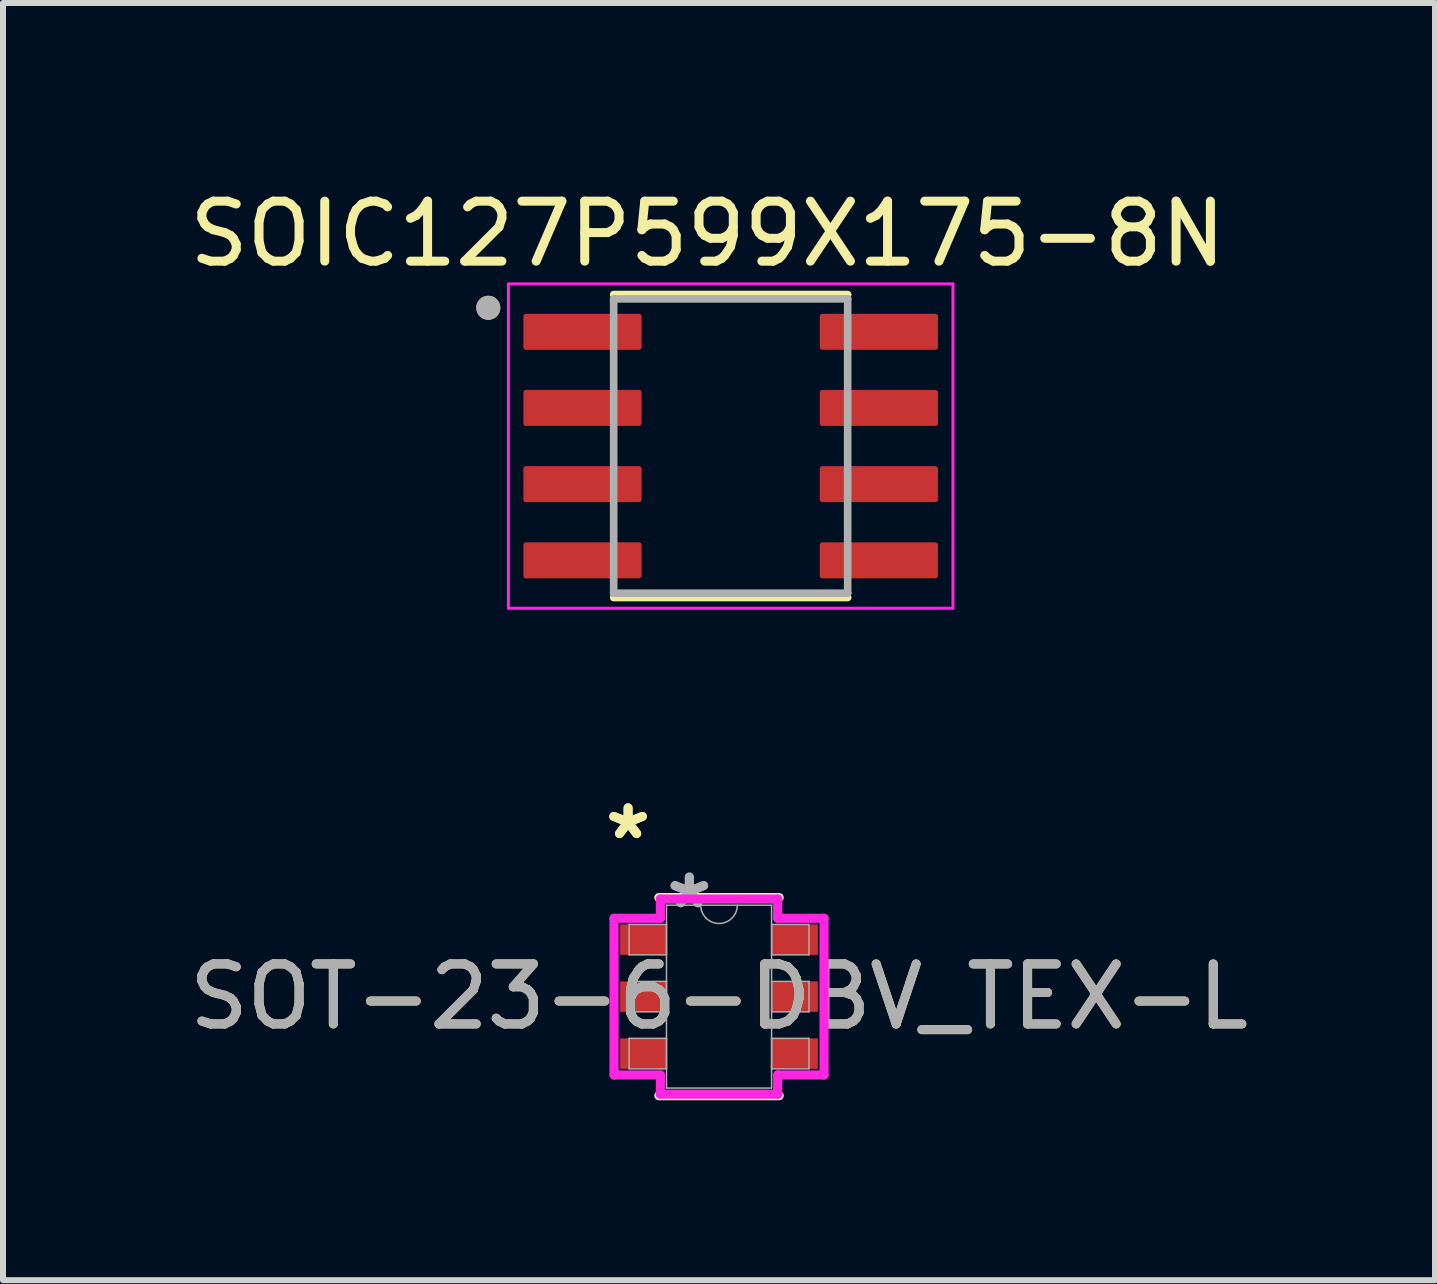
<source format=kicad_pcb>
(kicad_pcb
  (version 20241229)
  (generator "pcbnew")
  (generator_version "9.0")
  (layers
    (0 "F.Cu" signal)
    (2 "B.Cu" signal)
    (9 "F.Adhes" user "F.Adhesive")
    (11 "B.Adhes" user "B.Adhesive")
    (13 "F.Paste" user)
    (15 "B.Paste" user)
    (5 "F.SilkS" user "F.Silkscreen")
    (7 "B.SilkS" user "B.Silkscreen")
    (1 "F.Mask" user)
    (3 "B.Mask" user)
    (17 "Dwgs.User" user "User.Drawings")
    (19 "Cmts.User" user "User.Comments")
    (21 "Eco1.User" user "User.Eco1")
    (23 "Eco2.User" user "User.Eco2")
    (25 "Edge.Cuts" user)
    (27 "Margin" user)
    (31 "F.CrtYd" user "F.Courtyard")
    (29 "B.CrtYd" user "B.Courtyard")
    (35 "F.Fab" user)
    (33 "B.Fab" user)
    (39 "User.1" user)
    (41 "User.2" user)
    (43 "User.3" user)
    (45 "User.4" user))
  (footprint "SOT-23-6-DBV_TEX-L"
    (layer "F.Cu")
    (at 8.935 13.562)
    (property "Reference" "SOT-23-6-DBV_TEX-L" (at 0 0 0) (unlocked yes) (layer "F.SilkS") (effects (font (size 1 1) (thickness 0.15))))
    (attr smd)
    (fp_line (start -1.003 1.651) (end 1.003 1.651) (stroke (width 0.152) (type solid)) (layer "F.SilkS"))
    (fp_line (start 1.003 -1.651) (end -1.003 -1.651) (stroke (width 0.152) (type solid)) (layer "F.SilkS"))
    (fp_line (start -1.75 -1.306) (end -0.978 -1.306) (stroke (width 0.152) (type solid)) (layer "F.CrtYd"))
    (fp_line (start -1.75 1.306) (end -1.75 -1.306) (stroke (width 0.152) (type solid)) (layer "F.CrtYd"))
    (fp_line (start -1.75 1.306) (end -0.978 1.306) (stroke (width 0.152) (type solid)) (layer "F.CrtYd"))
    (fp_line (start -0.978 -1.626) (end 0.978 -1.626) (stroke (width 0.152) (type solid)) (layer "F.CrtYd"))
    (fp_line (start -0.978 -1.306) (end -0.978 -1.626) (stroke (width 0.152) (type solid)) (layer "F.CrtYd"))
    (fp_line (start -0.978 1.626) (end -0.978 1.306) (stroke (width 0.152) (type solid)) (layer "F.CrtYd"))
    (fp_line (start 0.978 -1.626) (end 0.978 -1.306) (stroke (width 0.152) (type solid)) (layer "F.CrtYd"))
    (fp_line (start 0.978 1.306) (end 0.978 1.626) (stroke (width 0.152) (type solid)) (layer "F.CrtYd"))
    (fp_line (start 0.978 1.626) (end -0.978 1.626) (stroke (width 0.152) (type solid)) (layer "F.CrtYd"))
    (fp_line (start 1.75 -1.306) (end 0.978 -1.306) (stroke (width 0.152) (type solid)) (layer "F.CrtYd"))
    (fp_line (start 1.75 -1.306) (end 1.75 1.306) (stroke (width 0.152) (type solid)) (layer "F.CrtYd"))
    (fp_line (start 1.75 1.306) (end 0.978 1.306) (stroke (width 0.152) (type solid)) (layer "F.CrtYd"))
    (fp_line (start -1.499 -1.204) (end -1.499 -0.696) (stroke (width 0.025) (type solid)) (layer "F.Fab"))
    (fp_line (start -1.499 -0.696) (end -0.876 -0.696) (stroke (width 0.025) (type solid)) (layer "F.Fab"))
    (fp_line (start -1.499 -0.254) (end -1.499 0.254) (stroke (width 0.025) (type solid)) (layer "F.Fab"))
    (fp_line (start -1.499 0.254) (end -0.876 0.254) (stroke (width 0.025) (type solid)) (layer "F.Fab"))
    (fp_line (start -1.499 0.696) (end -1.499 1.204) (stroke (width 0.025) (type solid)) (layer "F.Fab"))
    (fp_line (start -1.499 1.204) (end -0.876 1.204) (stroke (width 0.025) (type solid)) (layer "F.Fab"))
    (fp_line (start -0.876 -1.524) (end -0.876 1.524) (stroke (width 0.025) (type solid)) (layer "F.Fab"))
    (fp_line (start -0.876 -1.204) (end -1.499 -1.204) (stroke (width 0.025) (type solid)) (layer "F.Fab"))
    (fp_line (start -0.876 -0.696) (end -0.876 -1.204) (stroke (width 0.025) (type solid)) (layer "F.Fab"))
    (fp_line (start -0.876 -0.254) (end -1.499 -0.254) (stroke (width 0.025) (type solid)) (layer "F.Fab"))
    (fp_line (start -0.876 0.254) (end -0.876 -0.254) (stroke (width 0.025) (type solid)) (layer "F.Fab"))
    (fp_line (start -0.876 0.696) (end -1.499 0.696) (stroke (width 0.025) (type solid)) (layer "F.Fab"))
    (fp_line (start -0.876 1.204) (end -0.876 0.696) (stroke (width 0.025) (type solid)) (layer "F.Fab"))
    (fp_line (start -0.876 1.524) (end 0.876 1.524) (stroke (width 0.025) (type solid)) (layer "F.Fab"))
    (fp_line (start 0.876 -1.524) (end -0.876 -1.524) (stroke (width 0.025) (type solid)) (layer "F.Fab"))
    (fp_line (start 0.876 -1.204) (end 0.876 -0.696) (stroke (width 0.025) (type solid)) (layer "F.Fab"))
    (fp_line (start 0.876 -0.696) (end 1.499 -0.696) (stroke (width 0.025) (type solid)) (layer "F.Fab"))
    (fp_line (start 0.876 -0.254) (end 0.876 0.254) (stroke (width 0.025) (type solid)) (layer "F.Fab"))
    (fp_line (start 0.876 0.254) (end 1.499 0.254) (stroke (width 0.025) (type solid)) (layer "F.Fab"))
    (fp_line (start 0.876 0.696) (end 0.876 1.204) (stroke (width 0.025) (type solid)) (layer "F.Fab"))
    (fp_line (start 0.876 1.204) (end 1.499 1.204) (stroke (width 0.025) (type solid)) (layer "F.Fab"))
    (fp_line (start 0.876 1.524) (end 0.876 -1.524) (stroke (width 0.025) (type solid)) (layer "F.Fab"))
    (fp_line (start 1.499 -1.204) (end 0.876 -1.204) (stroke (width 0.025) (type solid)) (layer "F.Fab"))
    (fp_line (start 1.499 -0.696) (end 1.499 -1.204) (stroke (width 0.025) (type solid)) (layer "F.Fab"))
    (fp_line (start 1.499 -0.254) (end 0.876 -0.254) (stroke (width 0.025) (type solid)) (layer "F.Fab"))
    (fp_line (start 1.499 0.254) (end 1.499 -0.254) (stroke (width 0.025) (type solid)) (layer "F.Fab"))
    (fp_line (start 1.499 0.696) (end 0.876 0.696) (stroke (width 0.025) (type solid)) (layer "F.Fab"))
    (fp_line (start 1.499 1.204) (end 1.499 0.696) (stroke (width 0.025) (type solid)) (layer "F.Fab"))
    (fp_arc (start 0.3048 -1.524) (mid 0 -1.2192) (end -0.3048 -1.524) (stroke (width 0.0254) (type solid)) (layer "F.Fab"))
    (fp_text user "*" (at -1.516 -2.601 0) (unlocked yes) (layer "F.SilkS") (effects (font (size 1 1) (thickness 0.15))))
    (fp_text user "*" (at -1.516 -2.601 0) (layer "F.SilkS") (effects (font (size 1 1) (thickness 0.15))))
    (fp_text user "*" (at -0.495 -1.448 0) (layer "F.Fab") (effects (font (size 1 1) (thickness 0.15))))
    (fp_text user "${REFERENCE}" (at 0 0 0) (unlocked yes) (layer "F.Fab") (effects (font (size 1 1) (thickness 0.15))))
    (fp_text user "*" (at -0.495 -1.448 0) (unlocked yes) (layer "F.Fab") (effects (font (size 1 1) (thickness 0.15))))
    (pad "1" smd rect (at -1.262 -0.95) (size 0.772 0.508) (layers "F.Cu" "F.Mask" "F.Paste"))
    (pad "2" smd rect (at -1.262 0) (size 0.772 0.508) (layers "F.Cu" "F.Mask" "F.Paste"))
    (pad "3" smd rect (at -1.262 0.95) (size 0.772 0.508) (layers "F.Cu" "F.Mask" "F.Paste"))
    (pad "4" smd rect (at 1.262 0.95) (size 0.772 0.508) (layers "F.Cu" "F.Mask" "F.Paste"))
    (pad "5" smd rect (at 1.262 0) (size 0.772 0.508) (layers "F.Cu" "F.Mask" "F.Paste"))
    (pad "6" smd rect (at 1.262 -0.95) (size 0.772 0.508) (layers "F.Cu" "F.Mask" "F.Paste")))
  (footprint "SOIC127P599X175-8N"
    (layer "F.Cu")
    (at 9.129 4.385)
    (property "Reference" "SOIC127P599X175-8N" (at -0.385 -3.537 0) (layer "F.SilkS") (effects (font (size 1 1) (thickness 0.15))))
    (attr through_hole)
    (fp_line (start -1.95 -2.525) (end 1.95 -2.525) (stroke (width 0.127) (type solid)) (layer "F.SilkS"))
    (fp_line (start -1.95 2.525) (end 1.95 2.525) (stroke (width 0.127) (type solid)) (layer "F.SilkS"))
    (fp_circle (center -4.04 -2.305) (end -3.94 -2.305) (stroke (width 0.2) (type solid)) (fill no) (layer "F.SilkS"))
    (fp_line (start -3.705 -2.703) (end -3.705 2.703) (stroke (width 0.05) (type solid)) (layer "F.CrtYd"))
    (fp_line (start -3.705 -2.703) (end 3.705 -2.703) (stroke (width 0.05) (type solid)) (layer "F.CrtYd"))
    (fp_line (start -3.705 2.703) (end 3.705 2.703) (stroke (width 0.05) (type solid)) (layer "F.CrtYd"))
    (fp_line (start 3.705 -2.703) (end 3.705 2.703) (stroke (width 0.05) (type solid)) (layer "F.CrtYd"))
    (fp_line (start -1.95 -2.453) (end -1.95 2.453) (stroke (width 0.127) (type solid)) (layer "F.Fab"))
    (fp_line (start -1.95 -2.453) (end 1.95 -2.453) (stroke (width 0.127) (type solid)) (layer "F.Fab"))
    (fp_line (start -1.95 2.453) (end 1.95 2.453) (stroke (width 0.127) (type solid)) (layer "F.Fab"))
    (fp_line (start 1.95 -2.453) (end 1.95 2.453) (stroke (width 0.127) (type solid)) (layer "F.Fab"))
    (fp_circle (center -4.04 -2.305) (end -3.94 -2.305) (stroke (width 0.2) (type solid)) (fill no) (layer "F.Fab"))
    (pad "1" smd roundrect (at -2.47 -1.905) (size 1.97 0.6) (layers "F.Cu" "F.Mask" "F.Paste") (roundrect_rratio 0.07))
    (pad "2" smd roundrect (at -2.47 -0.635) (size 1.97 0.6) (layers "F.Cu" "F.Mask" "F.Paste") (roundrect_rratio 0.07))
    (pad "3" smd roundrect (at -2.47 0.635) (size 1.97 0.6) (layers "F.Cu" "F.Mask" "F.Paste") (roundrect_rratio 0.07))
    (pad "4" smd roundrect (at -2.47 1.905) (size 1.97 0.6) (layers "F.Cu" "F.Mask" "F.Paste") (roundrect_rratio 0.07))
    (pad "5" smd roundrect (at 2.47 1.905) (size 1.97 0.6) (layers "F.Cu" "F.Mask" "F.Paste") (roundrect_rratio 0.07))
    (pad "6" smd roundrect (at 2.47 0.635) (size 1.97 0.6) (layers "F.Cu" "F.Mask" "F.Paste") (roundrect_rratio 0.07))
    (pad "7" smd roundrect (at 2.47 -0.635) (size 1.97 0.6) (layers "F.Cu" "F.Mask" "F.Paste") (roundrect_rratio 0.07))
    (pad "8" smd roundrect (at 2.47 -1.905) (size 1.97 0.6) (layers "F.Cu" "F.Mask" "F.Paste") (roundrect_rratio 0.07)))
  (gr_rect
    (start -3 -3)
    (end 20.869 18.289)
    (stroke (width 0.1) (type default))
    (fill no)
    (layer "Edge.Cuts")))
</source>
